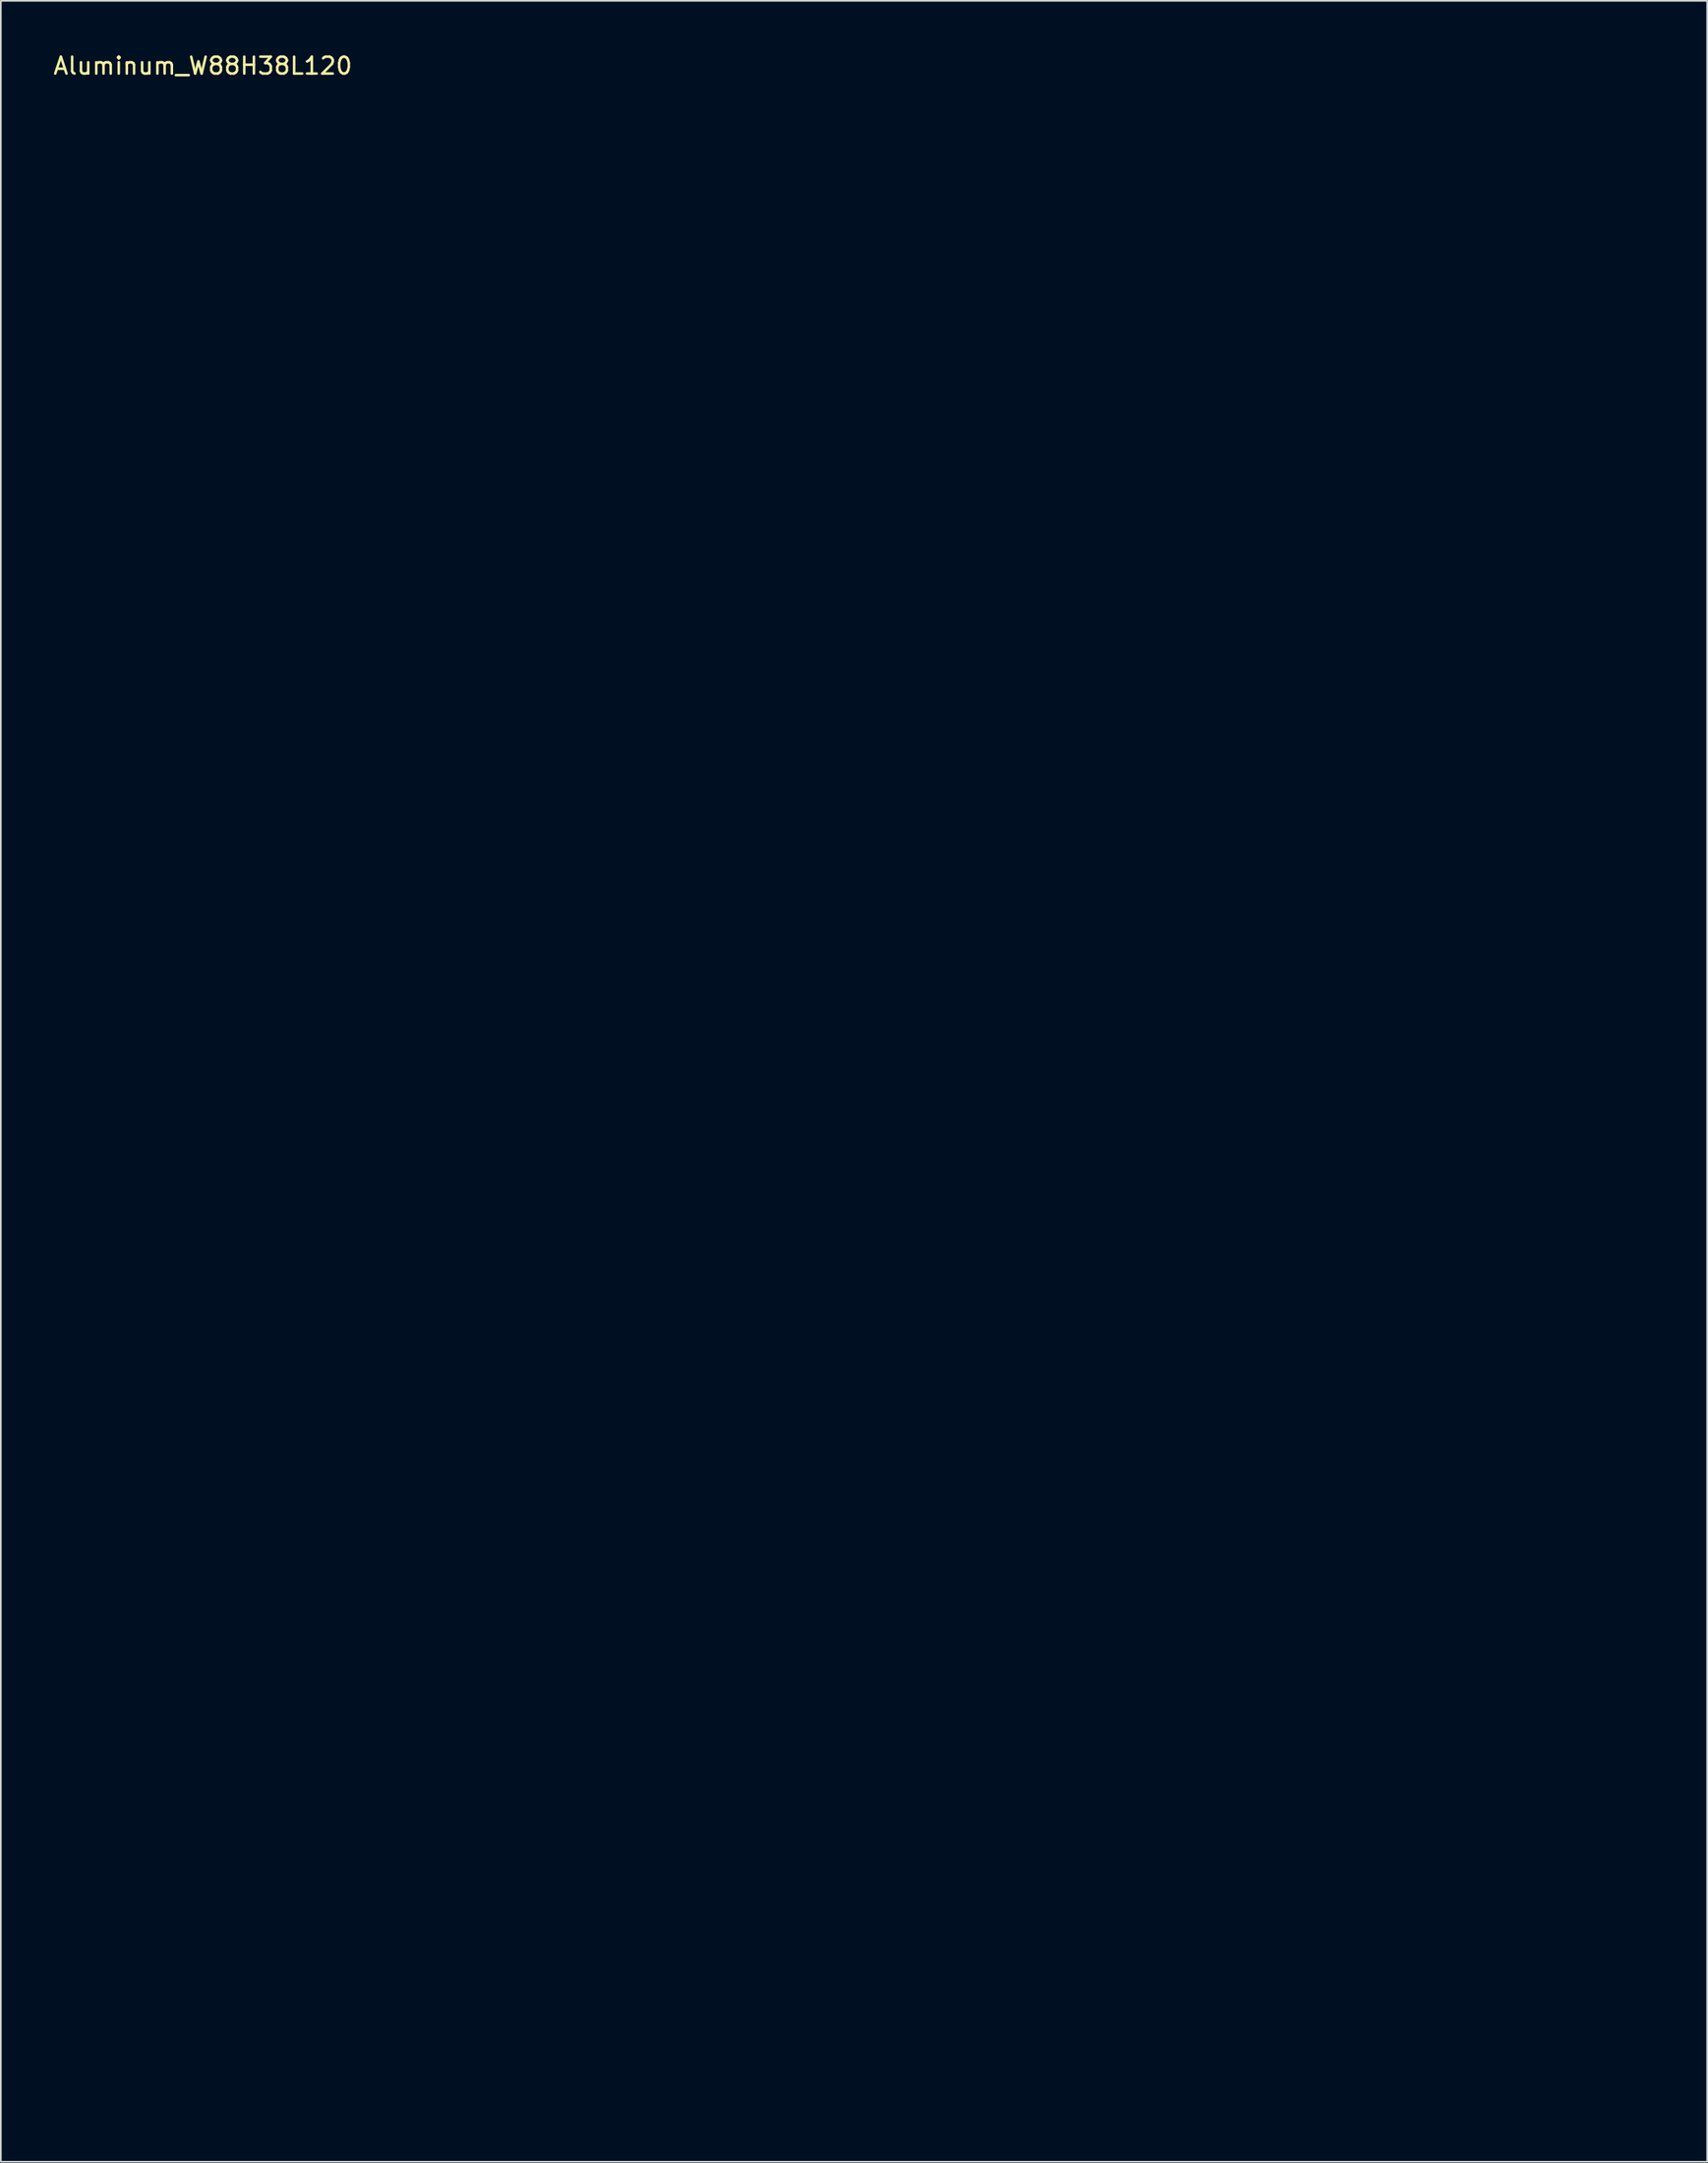
<source format=kicad_pcb>
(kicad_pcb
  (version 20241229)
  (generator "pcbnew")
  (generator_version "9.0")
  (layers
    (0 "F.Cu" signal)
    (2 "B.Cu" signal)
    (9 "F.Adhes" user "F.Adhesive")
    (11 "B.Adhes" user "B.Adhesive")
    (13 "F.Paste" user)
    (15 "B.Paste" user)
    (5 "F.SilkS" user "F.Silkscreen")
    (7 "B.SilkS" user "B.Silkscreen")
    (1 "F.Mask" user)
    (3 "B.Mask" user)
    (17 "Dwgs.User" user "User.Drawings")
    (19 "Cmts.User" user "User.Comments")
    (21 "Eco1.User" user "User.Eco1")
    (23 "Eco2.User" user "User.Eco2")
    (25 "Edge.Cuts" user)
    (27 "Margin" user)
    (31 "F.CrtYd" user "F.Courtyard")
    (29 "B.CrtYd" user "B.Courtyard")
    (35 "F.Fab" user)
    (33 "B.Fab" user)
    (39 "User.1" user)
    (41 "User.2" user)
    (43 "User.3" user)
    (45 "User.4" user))
  (footprint "Aluminum_W88H38L120"
    (layer "F.Cu")
    (at 6.958 1.848)
    (property "Reference" "Aluminum_W88H38L120" (at 2 -1 0) (layer "F.SilkS") (effects (font (size 1 1) (thickness 0.15))))
    (attr through_hole)
    (fp_line (start 0 0) (end 0 120) (stroke (width 0.12) (type solid)) (layer "Eco1.User"))
    (fp_line (start 0 120) (end 88 120) (stroke (width 0.12) (type solid)) (layer "Eco1.User"))
    (fp_line (start 4 120) (end 4 0) (stroke (width 0.12) (type solid)) (layer "Eco1.User"))
    (fp_line (start 84 0) (end 84 120) (stroke (width 0.12) (type solid)) (layer "Eco1.User"))
    (fp_line (start 86 120) (end 86 0) (stroke (width 0.12) (type solid)) (layer "Eco1.User"))
    (fp_line (start 88 0) (end 0 0) (stroke (width 0.12) (type solid)) (layer "Eco1.User"))
    (fp_line (start 88 120) (end 88 0) (stroke (width 0.12) (type solid)) (layer "Eco1.User"))
    (fp_poly (pts (xy 2 120) (xy 0 120) (xy 0 0) (xy 2 0)) (stroke (width 0.1) (type solid)) (fill no) (layer "Eco1.User"))
    (fp_poly (pts (xy 88 120) (xy 86 120) (xy 86 0) (xy 88 0)) (stroke (width 0.1) (type solid)) (fill no) (layer "Eco1.User")))
  (gr_rect
    (start -3 -3)
    (end 98.018 124.908)
    (stroke (width 0.1) (type default))
    (fill no)
    (layer "Edge.Cuts")))
</source>
